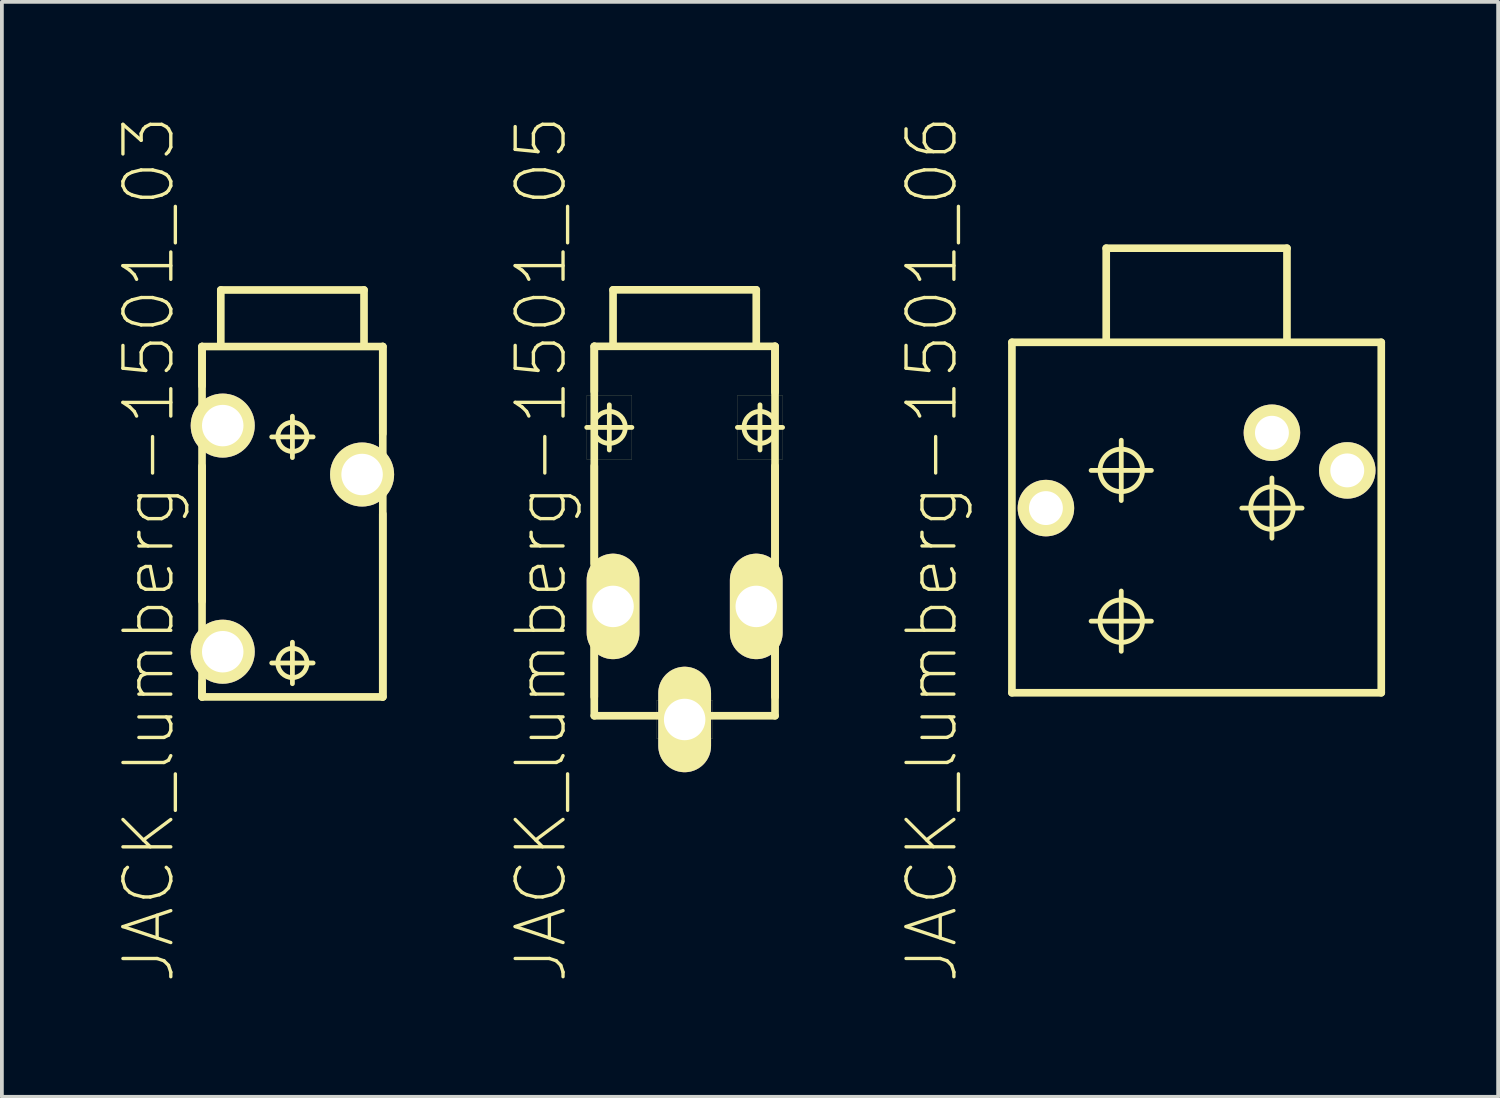
<source format=kicad_pcb>
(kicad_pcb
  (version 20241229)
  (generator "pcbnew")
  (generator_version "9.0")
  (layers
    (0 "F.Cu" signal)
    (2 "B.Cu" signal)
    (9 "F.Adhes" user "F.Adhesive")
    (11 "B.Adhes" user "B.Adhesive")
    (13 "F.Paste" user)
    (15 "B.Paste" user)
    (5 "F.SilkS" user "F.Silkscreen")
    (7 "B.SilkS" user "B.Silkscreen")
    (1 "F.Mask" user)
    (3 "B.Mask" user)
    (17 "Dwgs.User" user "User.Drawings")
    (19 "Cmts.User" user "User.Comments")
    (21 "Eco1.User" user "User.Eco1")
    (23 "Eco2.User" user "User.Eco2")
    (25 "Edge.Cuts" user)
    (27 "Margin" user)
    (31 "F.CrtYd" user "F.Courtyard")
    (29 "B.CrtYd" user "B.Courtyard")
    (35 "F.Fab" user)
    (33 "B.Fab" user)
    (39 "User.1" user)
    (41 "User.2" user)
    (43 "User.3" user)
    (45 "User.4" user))
  (footprint "JACK_lumberg-1501_03"
    (layer "F.Cu")
    (at 4.709 8.543)
    (property "Reference" "JACK_lumberg-1501_03" (at -3.81 2.985 90) (layer "F.SilkS") (effects (font (size 1.27 1.27) (thickness 0.089))))
    (attr exclude_from_pos_files exclude_from_bom)
    (fp_line (start -2.398 -2.398) (end 2.398 -2.398) (stroke (width 0.203) (type solid)) (layer "F.SilkS"))
    (fp_line (start -2.398 -1.354) (end -2.398 -2.398) (stroke (width 0.203) (type solid)) (layer "F.SilkS"))
    (fp_line (start -2.398 4.359) (end -2.398 0.775) (stroke (width 0.203) (type solid)) (layer "F.SilkS"))
    (fp_line (start -2.398 6.899) (end -2.398 -2.398) (stroke (width 0.203) (type solid)) (layer "F.SilkS"))
    (fp_line (start -2.398 6.899) (end -2.398 6.49) (stroke (width 0.203) (type solid)) (layer "F.SilkS"))
    (fp_line (start -1.9 -3.899) (end -1.9 -2.499) (stroke (width 0.203) (type solid)) (layer "F.SilkS"))
    (fp_line (start -1.9 -3.899) (end 1.9 -3.899) (stroke (width 0.203) (type solid)) (layer "F.SilkS"))
    (fp_line (start -0.549 0) (end 0.549 0) (stroke (width 0.127) (type solid)) (layer "F.SilkS"))
    (fp_line (start -0.549 5.999) (end 0.549 5.999) (stroke (width 0.127) (type solid)) (layer "F.SilkS"))
    (fp_line (start 0 0.549) (end 0 -0.549) (stroke (width 0.127) (type solid)) (layer "F.SilkS"))
    (fp_line (start 0 6.548) (end 0 5.448) (stroke (width 0.127) (type solid)) (layer "F.SilkS"))
    (fp_line (start 1.9 -3.899) (end 1.9 -2.499) (stroke (width 0.203) (type solid)) (layer "F.SilkS"))
    (fp_line (start 2.398 -2.398) (end 2.398 -0.084) (stroke (width 0.203) (type solid)) (layer "F.SilkS"))
    (fp_line (start 2.398 -2.398) (end 2.398 6.899) (stroke (width 0.203) (type solid)) (layer "F.SilkS"))
    (fp_line (start 2.398 2.045) (end 2.398 6.899) (stroke (width 0.203) (type solid)) (layer "F.SilkS"))
    (fp_line (start 2.398 6.899) (end -2.398 6.899) (stroke (width 0.203) (type solid)) (layer "F.SilkS"))
    (fp_circle (center 0 0) (end -0.274 0.274) (stroke (width 0.127) (type solid)) (fill no) (layer "F.SilkS"))
    (fp_circle (center 0 5.999) (end -0.274 6.274) (stroke (width 0.127) (type solid)) (fill no) (layer "F.SilkS"))
    (pad "1" thru_hole circle (at -1.849 -0.3) (size 1.699 1.699) (drill 1.1) (layers "*.Cu" "F.Mask" "F.SilkS" "F.Paste"))
    (pad "2" thru_hole circle (at 1.849 0.998) (size 1.699 1.699) (drill 1.1) (layers "*.Cu" "F.Mask" "F.SilkS" "F.Paste"))
    (pad "3" thru_hole circle (at -1.849 5.7) (size 1.699 1.699) (drill 1.1) (layers "*.Cu" "F.Mask" "F.SilkS" "F.Paste")))
  (footprint "JACK_lumberg-1501_06"
    (layer "F.Cu")
    (at 28.701 5.934)
    (property "Reference" "JACK_lumberg-1501_06" (at -7.023 5.593 90) (layer "F.SilkS") (effects (font (size 1.27 1.27) (thickness 0.089))))
    (attr exclude_from_pos_files exclude_from_bom)
    (fp_line (start -4.9 0.099) (end 4.9 0.099) (stroke (width 0.203) (type solid)) (layer "F.SilkS"))
    (fp_line (start -4.9 9.398) (end -4.9 0.099) (stroke (width 0.203) (type solid)) (layer "F.SilkS"))
    (fp_line (start -2.799 3.498) (end -1.199 3.498) (stroke (width 0.127) (type solid)) (layer "F.SilkS"))
    (fp_line (start -2.799 7.498) (end -1.199 7.498) (stroke (width 0.127) (type solid)) (layer "F.SilkS"))
    (fp_line (start -2.398 -2.398) (end 2.398 -2.398) (stroke (width 0.203) (type solid)) (layer "F.SilkS"))
    (fp_line (start -2.398 0) (end -2.398 -2.398) (stroke (width 0.203) (type solid)) (layer "F.SilkS"))
    (fp_line (start -1.999 4.298) (end -1.999 2.697) (stroke (width 0.127) (type solid)) (layer "F.SilkS"))
    (fp_line (start -1.999 8.298) (end -1.999 6.698) (stroke (width 0.127) (type solid)) (layer "F.SilkS"))
    (fp_line (start 1.199 4.498) (end 2.799 4.498) (stroke (width 0.127) (type solid)) (layer "F.SilkS"))
    (fp_line (start 1.999 5.298) (end 1.999 3.698) (stroke (width 0.127) (type solid)) (layer "F.SilkS"))
    (fp_line (start 2.398 -2.398) (end 2.398 0) (stroke (width 0.203) (type solid)) (layer "F.SilkS"))
    (fp_line (start 4.9 0.099) (end 4.9 9.398) (stroke (width 0.203) (type solid)) (layer "F.SilkS"))
    (fp_line (start 4.9 9.398) (end -4.9 9.398) (stroke (width 0.203) (type solid)) (layer "F.SilkS"))
    (fp_circle (center -1.999 3.498) (end -2.398 3.896) (stroke (width 0.127) (type solid)) (fill no) (layer "F.SilkS"))
    (fp_circle (center -1.999 7.498) (end -2.398 7.897) (stroke (width 0.127) (type solid)) (fill no) (layer "F.SilkS"))
    (fp_circle (center 1.999 4.498) (end 2.398 4.897) (stroke (width 0.127) (type solid)) (fill no) (layer "F.SilkS"))
    (pad "1" thru_hole circle (at 1.999 2.499) (size 1.499 1.499) (drill 0.899) (layers "*.Cu" "F.Mask" "F.SilkS" "F.Paste"))
    (pad "2" thru_hole circle (at 3.998 3.498) (size 1.499 1.499) (drill 0.899) (layers "*.Cu" "F.Mask" "F.SilkS" "F.Paste"))
    (pad "4" thru_hole circle (at -3.998 4.498) (size 1.499 1.499) (drill 0.899) (layers "*.Cu" "F.Mask" "F.SilkS" "F.Paste")))
  (footprint "JACK_lumberg-1501_05"
    (layer "F.Cu")
    (at 15.117 4.542)
    (property "Reference" "JACK_lumberg-1501_05" (at -3.81 6.985 90) (layer "F.SilkS") (effects (font (size 1.27 1.27) (thickness 0.089))))
    (attr exclude_from_pos_files exclude_from_bom)
    (fp_line (start -2.598 2.898) (end -1.4 2.898) (stroke (width 0.003) (type solid)) (layer "F.SilkS"))
    (fp_line (start -2.598 3.749) (end -1.4 3.749) (stroke (width 0.127) (type solid)) (layer "F.SilkS"))
    (fp_line (start -2.598 4.6) (end -2.598 2.898) (stroke (width 0.003) (type solid)) (layer "F.SilkS"))
    (fp_line (start -2.398 1.598) (end 2.398 1.598) (stroke (width 0.203) (type solid)) (layer "F.SilkS"))
    (fp_line (start -2.398 2.794) (end -2.398 1.598) (stroke (width 0.203) (type solid)) (layer "F.SilkS"))
    (fp_line (start -2.398 7.358) (end -2.398 4.773) (stroke (width 0.203) (type solid)) (layer "F.SilkS"))
    (fp_line (start -2.398 7.75) (end -1.4 7.75) (stroke (width 0.003) (type solid)) (layer "F.SilkS"))
    (fp_line (start -2.398 9.248) (end -2.398 7.75) (stroke (width 0.003) (type solid)) (layer "F.SilkS"))
    (fp_line (start -2.398 10.899) (end -2.398 1.598) (stroke (width 0.203) (type solid)) (layer "F.SilkS"))
    (fp_line (start -2.398 11.4) (end -2.398 9.489) (stroke (width 0.203) (type solid)) (layer "F.SilkS"))
    (fp_line (start -1.999 4.348) (end -1.999 3.15) (stroke (width 0.127) (type solid)) (layer "F.SilkS"))
    (fp_line (start -1.9 0.099) (end -1.9 1.499) (stroke (width 0.203) (type solid)) (layer "F.SilkS"))
    (fp_line (start -1.9 0.099) (end 1.9 0.099) (stroke (width 0.203) (type solid)) (layer "F.SilkS"))
    (fp_line (start -1.4 2.898) (end -1.4 4.6) (stroke (width 0.003) (type solid)) (layer "F.SilkS"))
    (fp_line (start -1.4 4.6) (end -2.598 4.6) (stroke (width 0.003) (type solid)) (layer "F.SilkS"))
    (fp_line (start -1.4 7.75) (end -1.4 9.248) (stroke (width 0.003) (type solid)) (layer "F.SilkS"))
    (fp_line (start -1.4 9.248) (end -2.398 9.248) (stroke (width 0.003) (type solid)) (layer "F.SilkS"))
    (fp_line (start -0.749 10.998) (end -0.749 11.999) (stroke (width 0.003) (type solid)) (layer "F.SilkS"))
    (fp_line (start -0.749 11.999) (end 0.749 11.999) (stroke (width 0.003) (type solid)) (layer "F.SilkS"))
    (fp_line (start 0.749 10.998) (end -0.749 10.998) (stroke (width 0.003) (type solid)) (layer "F.SilkS"))
    (fp_line (start 0.749 11.999) (end 0.749 10.998) (stroke (width 0.003) (type solid)) (layer "F.SilkS"))
    (fp_line (start 1.4 2.898) (end 2.598 2.898) (stroke (width 0.003) (type solid)) (layer "F.SilkS"))
    (fp_line (start 1.4 3.749) (end 2.598 3.749) (stroke (width 0.127) (type solid)) (layer "F.SilkS"))
    (fp_line (start 1.4 4.6) (end 1.4 2.898) (stroke (width 0.003) (type solid)) (layer "F.SilkS"))
    (fp_line (start 1.4 7.75) (end 2.398 7.75) (stroke (width 0.003) (type solid)) (layer "F.SilkS"))
    (fp_line (start 1.4 9.248) (end 1.4 7.75) (stroke (width 0.003) (type solid)) (layer "F.SilkS"))
    (fp_line (start 1.9 0.099) (end 1.9 1.499) (stroke (width 0.203) (type solid)) (layer "F.SilkS"))
    (fp_line (start 1.999 4.348) (end 1.999 3.15) (stroke (width 0.127) (type solid)) (layer "F.SilkS"))
    (fp_line (start 2.398 1.598) (end 2.398 2.814) (stroke (width 0.203) (type solid)) (layer "F.SilkS"))
    (fp_line (start 2.398 1.598) (end 2.398 10.899) (stroke (width 0.203) (type solid)) (layer "F.SilkS"))
    (fp_line (start 2.398 7.358) (end 2.398 4.773) (stroke (width 0.203) (type solid)) (layer "F.SilkS"))
    (fp_line (start 2.398 7.75) (end 2.398 9.248) (stroke (width 0.003) (type solid)) (layer "F.SilkS"))
    (fp_line (start 2.398 9.248) (end 1.4 9.248) (stroke (width 0.003) (type solid)) (layer "F.SilkS"))
    (fp_line (start 2.398 9.543) (end 2.398 11.4) (stroke (width 0.203) (type solid)) (layer "F.SilkS"))
    (fp_line (start 2.398 11.4) (end -2.398 11.4) (stroke (width 0.203) (type solid)) (layer "F.SilkS"))
    (fp_line (start 2.598 2.898) (end 2.598 4.6) (stroke (width 0.003) (type solid)) (layer "F.SilkS"))
    (fp_line (start 2.598 4.6) (end 1.4 4.6) (stroke (width 0.003) (type solid)) (layer "F.SilkS"))
    (fp_circle (center -1.999 3.749) (end -2.299 4.049) (stroke (width 0.127) (type solid)) (fill no) (layer "F.SilkS"))
    (fp_circle (center 1.999 3.749) (end 2.299 4.049) (stroke (width 0.127) (type solid)) (fill no) (layer "F.SilkS"))
    (pad "1" thru_hole oval (at -1.9 8.499) (size 1.4 2.799) (drill 1.1) (layers "*.Cu" "F.Mask" "F.SilkS" "F.Paste"))
    (pad "2" thru_hole oval (at 0 11.499) (size 1.4 2.799) (drill 1.1) (layers "*.Cu" "F.Mask" "F.SilkS" "F.Paste"))
    (pad "3" thru_hole oval (at 1.9 8.499) (size 1.4 2.799) (drill 1.1) (layers "*.Cu" "F.Mask" "F.SilkS" "F.Paste")))
  (gr_rect
    (start -3 -3)
    (end 36.702 26.054)
    (stroke (width 0.1) (type default))
    (fill no)
    (layer "Edge.Cuts")))
</source>
